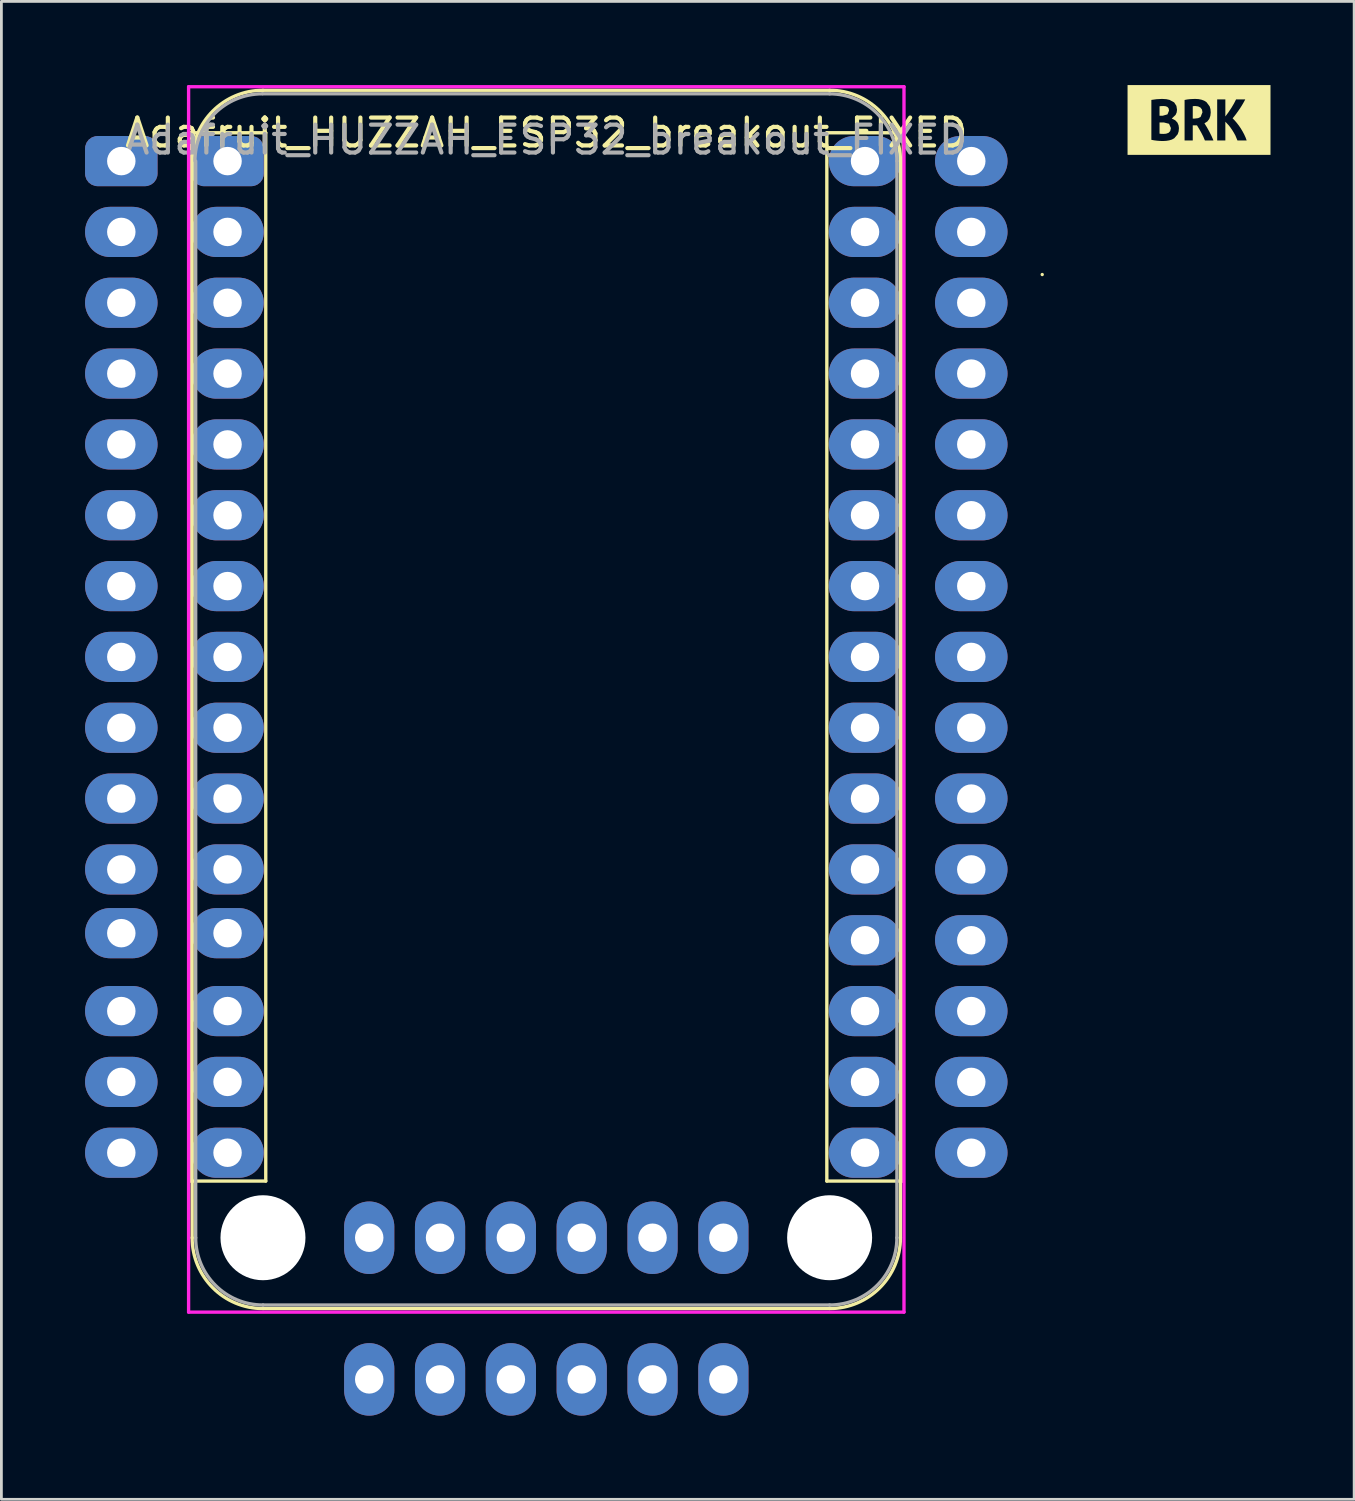
<source format=kicad_pcb>
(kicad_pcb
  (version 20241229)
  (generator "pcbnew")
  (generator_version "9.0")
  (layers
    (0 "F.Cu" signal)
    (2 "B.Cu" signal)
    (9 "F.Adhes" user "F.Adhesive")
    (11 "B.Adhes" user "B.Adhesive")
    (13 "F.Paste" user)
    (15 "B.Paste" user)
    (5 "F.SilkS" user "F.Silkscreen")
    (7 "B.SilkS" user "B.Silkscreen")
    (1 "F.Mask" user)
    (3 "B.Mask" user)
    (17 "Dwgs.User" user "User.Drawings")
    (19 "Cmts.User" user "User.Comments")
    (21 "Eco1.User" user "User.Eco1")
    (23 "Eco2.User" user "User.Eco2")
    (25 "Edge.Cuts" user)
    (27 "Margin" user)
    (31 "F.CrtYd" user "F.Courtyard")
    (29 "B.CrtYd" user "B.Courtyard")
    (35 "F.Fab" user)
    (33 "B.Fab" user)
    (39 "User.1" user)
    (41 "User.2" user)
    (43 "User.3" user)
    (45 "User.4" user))
  (footprint "Adafruit_HUZZAH_ESP32_breakout_FIXED"
    (layer "F.Cu")
    (at 16.54 22.031)
    (property "Reference" "Adafruit_HUZZAH_ESP32_breakout_FIXED" (at 0 -20.32 0) (layer "F.SilkS") (effects (font (size 1 1) (thickness 0.15))))
    (attr through_hole)
    (fp_line (start -12.8 -20.32) (end -12.8 17.272) (stroke (width 0.12) (type solid)) (layer "F.SilkS"))
    (fp_line (start -12.8 17.272) (end -10.06 17.272) (stroke (width 0.12) (type solid)) (layer "F.SilkS"))
    (fp_line (start -12.7 19.304) (end -12.7 -19.304) (stroke (width 0.12) (type solid)) (layer "F.SilkS"))
    (fp_line (start -10.16 -21.844) (end 10.16 -21.844) (stroke (width 0.12) (type solid)) (layer "F.SilkS"))
    (fp_line (start -10.06 -20.32) (end -12.8 -20.32) (stroke (width 0.12) (type solid)) (layer "F.SilkS"))
    (fp_line (start -10.06 17.272) (end -10.06 -20.32) (stroke (width 0.12) (type solid)) (layer "F.SilkS"))
    (fp_line (start 10.06 -20.32) (end 10.06 17.272) (stroke (width 0.12) (type solid)) (layer "F.SilkS"))
    (fp_line (start 10.06 17.272) (end 12.8 17.272) (stroke (width 0.12) (type solid)) (layer "F.SilkS"))
    (fp_line (start 10.16 21.844) (end -10.16 21.844) (stroke (width 0.12) (type solid)) (layer "F.SilkS"))
    (fp_line (start 12.7 -19.304) (end 12.7 19.304) (stroke (width 0.12) (type solid)) (layer "F.SilkS"))
    (fp_line (start 12.8 -20.32) (end 10.06 -20.32) (stroke (width 0.12) (type solid)) (layer "F.SilkS"))
    (fp_line (start 12.8 17.272) (end 12.8 -20.32) (stroke (width 0.12) (type solid)) (layer "F.SilkS"))
    (fp_line (start 17.784 -15.236) (end 17.784 -15.236) (stroke (width 0.12) (type solid)) (layer "F.SilkS"))
    (fp_arc (start -12.7 -19.304) (mid -11.956051 -21.100051) (end -10.16 -21.844) (stroke (width 0.12) (type solid)) (layer "F.SilkS"))
    (fp_arc (start -10.16 21.844) (mid -11.956051 21.100051) (end -12.7 19.304) (stroke (width 0.12) (type solid)) (layer "F.SilkS"))
    (fp_arc (start 10.16 -21.844) (mid 11.956051 -21.100051) (end 12.7 -19.304) (stroke (width 0.12) (type solid)) (layer "F.SilkS"))
    (fp_arc (start 12.7 19.304) (mid 11.956051 21.100051) (end 10.16 21.844) (stroke (width 0.12) (type solid)) (layer "F.SilkS"))
    (fp_line (start -12.827 -21.971) (end 12.827 -21.971) (stroke (width 0.12) (type solid)) (layer "F.CrtYd"))
    (fp_line (start -12.827 21.971) (end -12.827 -21.971) (stroke (width 0.12) (type solid)) (layer "F.CrtYd"))
    (fp_line (start 12.827 -21.971) (end 12.827 21.971) (stroke (width 0.12) (type solid)) (layer "F.CrtYd"))
    (fp_line (start 12.827 21.971) (end -12.827 21.971) (stroke (width 0.12) (type solid)) (layer "F.CrtYd"))
    (fp_line (start -12.573 19.304) (end -12.573 -19.304) (stroke (width 0.12) (type solid)) (layer "F.Fab"))
    (fp_line (start -10.16 -21.717) (end 10.16 -21.717) (stroke (width 0.12) (type solid)) (layer "F.Fab"))
    (fp_line (start 10.16 21.717) (end -10.16 21.717) (stroke (width 0.12) (type solid)) (layer "F.Fab"))
    (fp_line (start 12.573 -19.304) (end 12.573 19.304) (stroke (width 0.12) (type solid)) (layer "F.Fab"))
    (fp_arc (start -12.6 -19.304) (mid -11.893249 -21.010249) (end -10.187 -21.717) (stroke (width 0.12) (type solid)) (layer "F.Fab"))
    (fp_arc (start -10.16 21.717) (mid -11.866249 21.010249) (end -12.573 19.304) (stroke (width 0.12) (type solid)) (layer "F.Fab"))
    (fp_arc (start 10.16 -21.717) (mid 11.866249 -21.010249) (end 12.573 -19.304) (stroke (width 0.12) (type solid)) (layer "F.Fab"))
    (fp_arc (start 12.573 19.304) (mid 11.866249 21.010249) (end 10.16 21.717) (stroke (width 0.12) (type solid)) (layer "F.Fab"))
    (fp_text user "${REFERENCE}" (at 0 -20.066 0) (layer "F.Fab") (effects (font (size 1 1) (thickness 0.15))))
    (pad "" np_thru_hole circle (at -10.16 19.304) (size 3.048 3.048) (drill 3.048) (layers "*.Cu" "*.Mask"))
    (pad "" np_thru_hole circle (at 10.16 19.304) (size 3.048 3.048) (drill 3.048) (layers "*.Cu" "*.Mask"))
    (pad "1" thru_hole roundrect (at -15.24 -19.304) (size 2.6 1.8) (drill 1.02) (layers "*.Cu" "*.Mask") (roundrect_rratio 0.25))
    (pad "1" thru_hole roundrect (at -11.43 -19.304) (size 2.6 1.8) (drill 1.02) (layers "*.Cu" "*.Mask") (roundrect_rratio 0.25))
    (pad "2" thru_hole oval (at -15.24 -16.764) (size 2.6 1.8) (drill 1.02) (layers "*.Cu" "*.Mask"))
    (pad "2" thru_hole oval (at -11.43 -16.764) (size 2.6 1.8) (drill 1.02) (layers "*.Cu" "*.Mask"))
    (pad "3" thru_hole oval (at -15.24 -14.224) (size 2.6 1.8) (drill 1.02) (layers "*.Cu" "*.Mask"))
    (pad "3" thru_hole oval (at -11.43 -14.224) (size 2.6 1.8) (drill 1.02) (layers "*.Cu" "*.Mask"))
    (pad "4" thru_hole oval (at -15.24 -11.684) (size 2.6 1.8) (drill 1.02) (layers "*.Cu" "*.Mask"))
    (pad "4" thru_hole oval (at -11.43 -11.684) (size 2.6 1.8) (drill 1.02) (layers "*.Cu" "*.Mask"))
    (pad "5" thru_hole oval (at -15.24 -9.144) (size 2.6 1.8) (drill 1.02) (layers "*.Cu" "*.Mask"))
    (pad "5" thru_hole oval (at -11.43 -9.144) (size 2.6 1.8) (drill 1.02) (layers "*.Cu" "*.Mask"))
    (pad "6" thru_hole oval (at -15.24 -6.604) (size 2.6 1.8) (drill 1.02) (layers "*.Cu" "*.Mask"))
    (pad "6" thru_hole oval (at -11.43 -6.604) (size 2.6 1.8) (drill 1.02) (layers "*.Cu" "*.Mask"))
    (pad "7" thru_hole oval (at -15.24 -4.064) (size 2.6 1.8) (drill 1.02) (layers "*.Cu" "*.Mask"))
    (pad "7" thru_hole oval (at -11.43 -4.064) (size 2.6 1.8) (drill 1.02) (layers "*.Cu" "*.Mask"))
    (pad "8" thru_hole oval (at -15.24 -1.524) (size 2.6 1.8) (drill 1.02) (layers "*.Cu" "*.Mask"))
    (pad "8" thru_hole oval (at -11.43 -1.524) (size 2.6 1.8) (drill 1.02) (layers "*.Cu" "*.Mask"))
    (pad "9" thru_hole oval (at -15.24 1.016) (size 2.6 1.8) (drill 1.02) (layers "*.Cu" "*.Mask"))
    (pad "9" thru_hole oval (at -11.43 1.016) (size 2.6 1.8) (drill 1.02) (layers "*.Cu" "*.Mask"))
    (pad "10" thru_hole oval (at -15.24 3.556) (size 2.6 1.8) (drill 1.02) (layers "*.Cu" "*.Mask"))
    (pad "10" thru_hole oval (at -11.43 3.556) (size 2.6 1.8) (drill 1.02) (layers "*.Cu" "*.Mask"))
    (pad "11" thru_hole oval (at -15.24 6.096) (size 2.6 1.8) (drill 1.02) (layers "*.Cu" "*.Mask"))
    (pad "11" thru_hole oval (at -11.43 6.096) (size 2.6 1.8) (drill 1.02) (layers "*.Cu" "*.Mask"))
    (pad "12" thru_hole oval (at -15.24 8.382) (size 2.6 1.8) (drill 1.02) (layers "*.Cu" "*.Mask"))
    (pad "12" thru_hole oval (at -11.43 8.382) (size 2.6 1.8) (drill 1.02) (layers "*.Cu" "*.Mask"))
    (pad "13" thru_hole oval (at -15.24 11.176) (size 2.6 1.8) (drill 1.02) (layers "*.Cu" "*.Mask"))
    (pad "13" thru_hole oval (at -11.43 11.176) (size 2.6 1.8) (drill 1.02) (layers "*.Cu" "*.Mask"))
    (pad "14" thru_hole oval (at -15.24 13.716) (size 2.6 1.8) (drill 1.02) (layers "*.Cu" "*.Mask"))
    (pad "14" thru_hole oval (at -11.43 13.716) (size 2.6 1.8) (drill 1.02) (layers "*.Cu" "*.Mask"))
    (pad "15" thru_hole oval (at -15.24 16.256) (size 2.6 1.8) (drill 1.02) (layers "*.Cu" "*.Mask"))
    (pad "15" thru_hole oval (at -11.43 16.256) (size 2.6 1.8) (drill 1.02) (layers "*.Cu" "*.Mask"))
    (pad "16" thru_hole oval (at 11.43 16.256) (size 2.6 1.8) (drill 1.02) (layers "*.Cu" "*.Mask"))
    (pad "16" thru_hole oval (at 15.24 16.256) (size 2.6 1.8) (drill 1.02) (layers "*.Cu" "*.Mask"))
    (pad "17" thru_hole oval (at 11.43 13.716) (size 2.6 1.8) (drill 1.02) (layers "*.Cu" "*.Mask"))
    (pad "17" thru_hole oval (at 15.24 13.716) (size 2.6 1.8) (drill 1.02) (layers "*.Cu" "*.Mask"))
    (pad "18" thru_hole oval (at 11.43 11.176) (size 2.6 1.8) (drill 1.02) (layers "*.Cu" "*.Mask"))
    (pad "18" thru_hole oval (at 15.24 11.176) (size 2.6 1.8) (drill 1.02) (layers "*.Cu" "*.Mask"))
    (pad "19" thru_hole oval (at 11.43 8.636) (size 2.6 1.8) (drill 1.02) (layers "*.Cu" "*.Mask"))
    (pad "19" thru_hole oval (at 15.24 8.636) (size 2.6 1.8) (drill 1.02) (layers "*.Cu" "*.Mask"))
    (pad "20" thru_hole oval (at 11.43 6.096) (size 2.6 1.8) (drill 1.02) (layers "*.Cu" "*.Mask"))
    (pad "20" thru_hole oval (at 15.24 6.096) (size 2.6 1.8) (drill 1.02) (layers "*.Cu" "*.Mask"))
    (pad "21" thru_hole oval (at 11.43 3.556) (size 2.6 1.8) (drill 1.02) (layers "*.Cu" "*.Mask"))
    (pad "21" thru_hole oval (at 15.24 3.556) (size 2.6 1.8) (drill 1.02) (layers "*.Cu" "*.Mask"))
    (pad "22" thru_hole oval (at 11.43 1.016) (size 2.6 1.8) (drill 1.02) (layers "*.Cu" "*.Mask"))
    (pad "22" thru_hole oval (at 15.24 1.016) (size 2.6 1.8) (drill 1.02) (layers "*.Cu" "*.Mask"))
    (pad "23" thru_hole oval (at 11.43 -1.524) (size 2.6 1.8) (drill 1.02) (layers "*.Cu" "*.Mask"))
    (pad "23" thru_hole oval (at 15.24 -1.524) (size 2.6 1.8) (drill 1.02) (layers "*.Cu" "*.Mask"))
    (pad "24" thru_hole oval (at 11.43 -4.064) (size 2.6 1.8) (drill 1.02) (layers "*.Cu" "*.Mask"))
    (pad "24" thru_hole oval (at 15.24 -4.064) (size 2.6 1.8) (drill 1.02) (layers "*.Cu" "*.Mask"))
    (pad "25" thru_hole oval (at 11.43 -6.604) (size 2.6 1.8) (drill 1.02) (layers "*.Cu" "*.Mask"))
    (pad "25" thru_hole oval (at 15.24 -6.604) (size 2.6 1.8) (drill 1.02) (layers "*.Cu" "*.Mask"))
    (pad "26" thru_hole oval (at 11.43 -9.144) (size 2.6 1.8) (drill 1.02) (layers "*.Cu" "*.Mask"))
    (pad "26" thru_hole oval (at 15.24 -9.144) (size 2.6 1.8) (drill 1.02) (layers "*.Cu" "*.Mask"))
    (pad "27" thru_hole oval (at 11.43 -11.684) (size 2.6 1.8) (drill 1.02) (layers "*.Cu" "*.Mask"))
    (pad "27" thru_hole oval (at 15.24 -11.684) (size 2.6 1.8) (drill 1.02) (layers "*.Cu" "*.Mask"))
    (pad "28" thru_hole oval (at 11.43 -14.224) (size 2.6 1.8) (drill 1.02) (layers "*.Cu" "*.Mask"))
    (pad "28" thru_hole oval (at 15.24 -14.224) (size 2.6 1.8) (drill 1.02) (layers "*.Cu" "*.Mask"))
    (pad "29" thru_hole oval (at 11.43 -16.764) (size 2.6 1.8) (drill 1.02) (layers "*.Cu" "*.Mask"))
    (pad "29" thru_hole oval (at 15.24 -16.764) (size 2.6 1.8) (drill 1.02) (layers "*.Cu" "*.Mask"))
    (pad "30" thru_hole oval (at 11.43 -19.304) (size 2.6 1.8) (drill 1.02) (layers "*.Cu" "*.Mask"))
    (pad "30" thru_hole oval (at 15.24 -19.304) (size 2.6 1.8) (drill 1.02) (layers "*.Cu" "*.Mask"))
    (pad "31" thru_hole oval (at -6.35 19.304) (size 1.8 2.6) (drill 1.02) (layers "*.Cu" "*.Mask"))
    (pad "31" thru_hole oval (at -6.35 24.384) (size 1.8 2.6) (drill 1.02) (layers "*.Cu" "*.Mask"))
    (pad "32" thru_hole oval (at -3.81 19.304) (size 1.8 2.6) (drill 1.02) (layers "*.Cu" "*.Mask"))
    (pad "32" thru_hole oval (at -3.81 24.384) (size 1.8 2.6) (drill 1.02) (layers "*.Cu" "*.Mask"))
    (pad "33" thru_hole oval (at -1.27 19.304) (size 1.8 2.6) (drill 1.02) (layers "*.Cu" "*.Mask"))
    (pad "33" thru_hole oval (at -1.27 24.384) (size 1.8 2.6) (drill 1.02) (layers "*.Cu" "*.Mask"))
    (pad "34" thru_hole oval (at 1.27 19.304) (size 1.8 2.6) (drill 1.02) (layers "*.Cu" "*.Mask"))
    (pad "34" thru_hole oval (at 1.27 24.384) (size 1.8 2.6) (drill 1.02) (layers "*.Cu" "*.Mask"))
    (pad "35" thru_hole oval (at 3.81 19.304) (size 1.8 2.6) (drill 1.02) (layers "*.Cu" "*.Mask"))
    (pad "35" thru_hole oval (at 3.81 24.384) (size 1.8 2.6) (drill 1.02) (layers "*.Cu" "*.Mask"))
    (pad "36" thru_hole oval (at 6.35 19.304) (size 1.8 2.6) (drill 1.02) (layers "*.Cu" "*.Mask"))
    (pad "36" thru_hole oval (at 6.35 24.384) (size 1.8 2.6) (drill 1.02) (layers "*.Cu" "*.Mask")))
  (footprint "label_brk"
    (layer "F.Cu")
    (at 39.947 1.252)
    (property "Reference" "label_brk" (at 0 -1.251 0) (layer "F.SilkS") (effects (font (size 0.001 0.001) (thickness 0.000003))))
    (attr exclude_from_pos_files exclude_from_bom)
    (fp_poly (pts (xy -1.416 0.09) (xy -1.416 0.491) (xy -1.348 0.498) (xy -1.275 0.5) (xy -1.178 0.492) (xy -1.093 0.461) (xy -1.032 0.396) (xy -1.008 0.291) (xy -1.076 0.137) (xy -1.258 0.09) (xy -1.416 0.09)) (stroke (width 0) (type solid)) (fill yes) (layer "F.SilkS"))
    (fp_poly (pts (xy -1.301 -0.152) (xy -1.132 -0.201) (xy -1.075 -0.336) (xy -1.092 -0.42) (xy -1.137 -0.47) (xy -1.204 -0.494) (xy -1.282 -0.5) (xy -1.351 -0.498) (xy -1.416 -0.491) (xy -1.416 -0.152) (xy -1.301 -0.152)) (stroke (width 0) (type solid)) (fill yes) (layer "F.SilkS"))
    (fp_poly (pts (xy 0.123 -0.274) (xy 0.105 -0.375) (xy 0.051 -0.445) (xy -0.032 -0.486) (xy -0.137 -0.5) (xy -0.177 -0.499) (xy -0.225 -0.493) (xy -0.225 -0.05) (xy -0.161 -0.05) (xy -0.032 -0.065) (xy 0.056 -0.108) (xy 0.123 -0.274)) (stroke (width 0) (type solid)) (fill yes) (layer "F.SilkS"))
    (fp_poly (pts (xy -2.563 -1.251) (xy -1.709 0.712) (xy -1.709 -0.719) (xy -1.525 -0.744) (xy -1.328 -0.755) (xy -1.176 -0.746) (xy -1.056 -0.72) (xy -0.892 -0.63) (xy -0.811 -0.505) (xy -0.789 -0.367) (xy -0.802 -0.268) (xy -0.841 -0.181) (xy -0.978 -0.052) (xy -0.852 0.012) (xy -0.774 0.095) (xy -0.734 0.191) (xy -0.72 0.291) (xy -0.732 0.413) (xy -0.766 0.513) (xy -0.888 0.656) (xy -0.973 0.702) (xy -1.072 0.732) (xy -1.181 0.749) (xy -1.299 0.755) (xy -1.398 0.752) (xy -1.501 0.744) (xy -1.606 0.731) (xy -1.709 0.712) (xy -2.563 -1.251) (xy -2.563 -1.251) (xy -2.563 1.251) (xy 1.378 0.736) (xy 1.303 0.556) (xy 1.251 0.461) (xy 1.194 0.368) (xy 1.133 0.279) (xy 1.069 0.196) (xy 0.944 0.062) (xy 0.944 0.736) (xy 0.651 0.736) (xy 0.651 -0.738) (xy 0.944 -0.738) (xy 0.944 -0.126) (xy 1.054 -0.274) (xy 1.162 -0.436) (xy 1.256 -0.595) (xy 1.328 -0.738) (xy 1.659 -0.738) (xy 1.579 -0.592) (xy 1.529 -0.508) (xy 1.473 -0.42) (xy 1.411 -0.33) (xy 1.345 -0.238) (xy 1.276 -0.147) (xy 1.204 -0.06) (xy 1.278 0.017) (xy 1.354 0.105) (xy 1.428 0.201) (xy 1.498 0.304) (xy 1.562 0.411) (xy 1.62 0.52) (xy 1.67 0.63) (xy 1.709 0.736) (xy 1.378 0.736) (xy -2.563 1.251) (xy -2.563 1.251) (xy 2.563 1.251) (xy 2.563 1.251) (xy 2.563 -1.251) (xy -0.137 -0.755) (xy -0.017 -0.748) (xy 0.092 -0.726) (xy 0.187 -0.69) (xy 0.268 -0.638) (xy 0.381 -0.487) (xy 0.41 -0.387) (xy 0.42 -0.271) (xy 0.407 -0.149) (xy 0.368 -0.038) (xy 0.298 0.054) (xy 0.194 0.121) (xy 0.28 0.258) (xy 0.368 0.416) (xy 0.45 0.58) (xy 0.518 0.736) (xy 0.211 0.736) (xy 0.152 0.596) (xy 0.083 0.461) (xy 0.008 0.328) (xy -0.073 0.193) (xy -0.225 0.193) (xy -0.225 0.736) (xy -0.518 0.736) (xy -0.518 -0.717) (xy -0.424 -0.735) (xy -0.32 -0.747) (xy -0.22 -0.752) (xy -0.137 -0.755) (xy 2.563 -1.251) (xy 2.563 -1.251) (xy -2.563 -1.251)) (stroke (width 0) (type solid)) (fill yes) (layer "F.SilkS")))
  (gr_rect
    (start -3 -3)
    (end 45.51 50.715)
    (stroke (width 0.1) (type default))
    (fill no)
    (layer "Edge.Cuts")))
</source>
